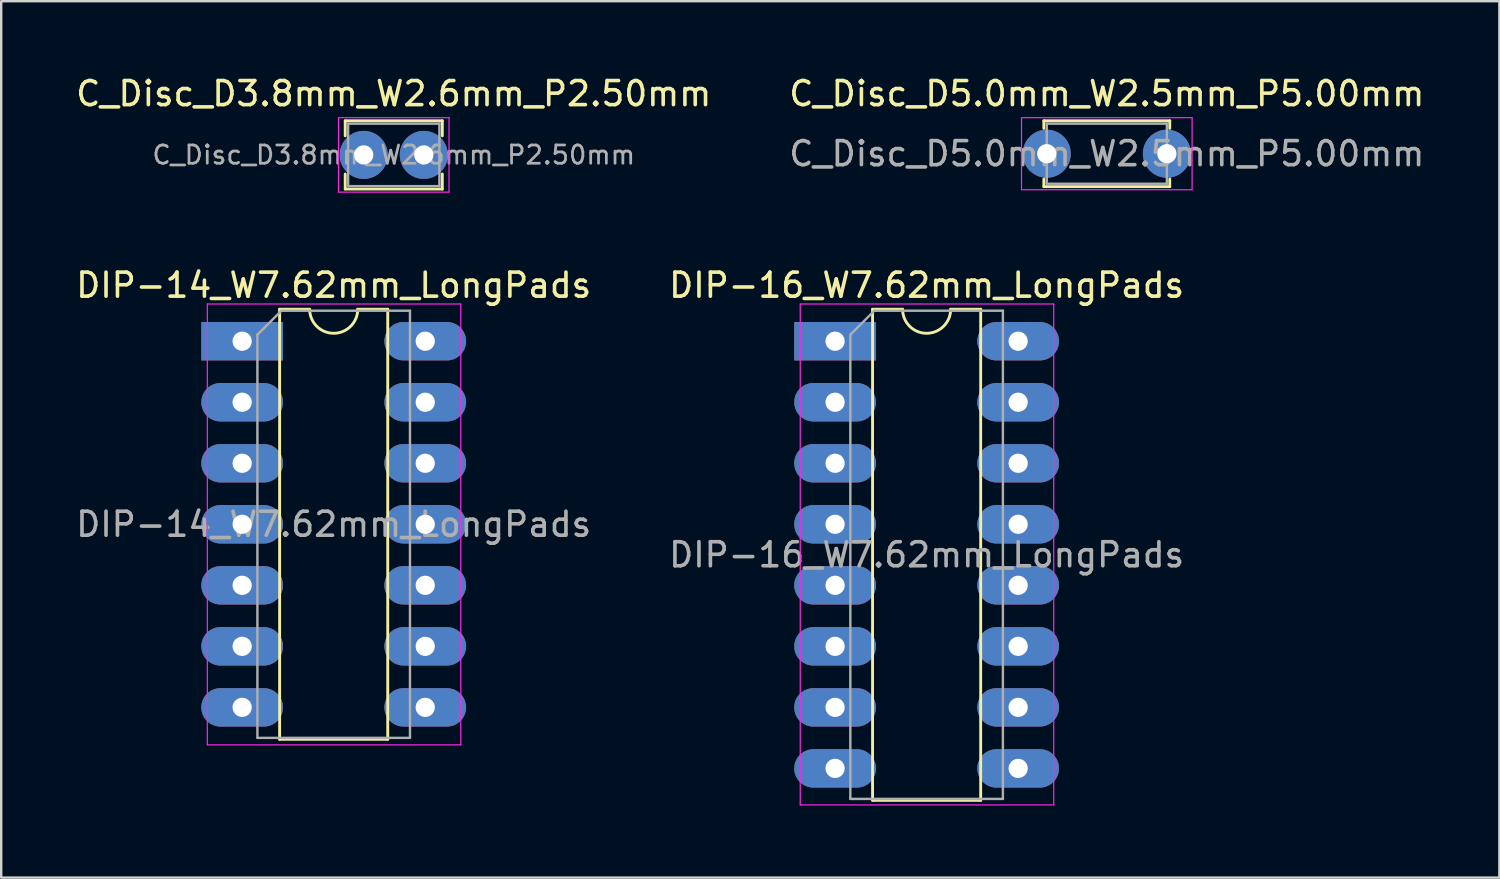
<source format=kicad_pcb>
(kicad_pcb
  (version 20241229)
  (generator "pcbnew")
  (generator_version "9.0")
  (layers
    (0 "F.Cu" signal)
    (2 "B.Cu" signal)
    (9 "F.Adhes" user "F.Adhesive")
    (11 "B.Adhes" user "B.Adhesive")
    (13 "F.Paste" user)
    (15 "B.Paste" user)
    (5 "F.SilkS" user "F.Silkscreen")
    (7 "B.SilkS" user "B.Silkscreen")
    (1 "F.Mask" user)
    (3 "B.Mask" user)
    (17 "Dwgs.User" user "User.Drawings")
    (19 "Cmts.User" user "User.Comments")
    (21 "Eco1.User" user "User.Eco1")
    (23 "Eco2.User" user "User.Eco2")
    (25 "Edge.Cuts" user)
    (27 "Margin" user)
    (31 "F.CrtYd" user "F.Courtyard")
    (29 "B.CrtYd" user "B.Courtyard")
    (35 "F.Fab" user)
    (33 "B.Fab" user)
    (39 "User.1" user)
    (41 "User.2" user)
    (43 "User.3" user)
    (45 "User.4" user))
  (footprint "C_Disc_D5.0mm_W2.5mm_P5.00mm"
    (layer "F.Cu")
    (at 40.518 3.348)
    (property "Reference" "C_Disc_D5.0mm_W2.5mm_P5.00mm" (at 2.5 -2.5 0) (layer "F.SilkS") (effects (font (size 1 1) (thickness 0.15))))
    (attr through_hole)
    (fp_line (start -0.12 -1.37) (end -0.12 -1.055) (stroke (width 0.12) (type solid)) (layer "F.SilkS"))
    (fp_line (start -0.12 -1.37) (end 5.12 -1.37) (stroke (width 0.12) (type solid)) (layer "F.SilkS"))
    (fp_line (start -0.12 1.055) (end -0.12 1.37) (stroke (width 0.12) (type solid)) (layer "F.SilkS"))
    (fp_line (start -0.12 1.37) (end 5.12 1.37) (stroke (width 0.12) (type solid)) (layer "F.SilkS"))
    (fp_line (start 5.12 -1.37) (end 5.12 -1.055) (stroke (width 0.12) (type solid)) (layer "F.SilkS"))
    (fp_line (start 5.12 1.055) (end 5.12 1.37) (stroke (width 0.12) (type solid)) (layer "F.SilkS"))
    (fp_line (start -1.05 -1.5) (end -1.05 1.5) (stroke (width 0.05) (type solid)) (layer "F.CrtYd"))
    (fp_line (start -1.05 1.5) (end 6.05 1.5) (stroke (width 0.05) (type solid)) (layer "F.CrtYd"))
    (fp_line (start 6.05 -1.5) (end -1.05 -1.5) (stroke (width 0.05) (type solid)) (layer "F.CrtYd"))
    (fp_line (start 6.05 1.5) (end 6.05 -1.5) (stroke (width 0.05) (type solid)) (layer "F.CrtYd"))
    (fp_line (start 0 -1.25) (end 0 1.25) (stroke (width 0.1) (type solid)) (layer "F.Fab"))
    (fp_line (start 0 1.25) (end 5 1.25) (stroke (width 0.1) (type solid)) (layer "F.Fab"))
    (fp_line (start 5 -1.25) (end 0 -1.25) (stroke (width 0.1) (type solid)) (layer "F.Fab"))
    (fp_line (start 5 1.25) (end 5 -1.25) (stroke (width 0.1) (type solid)) (layer "F.Fab"))
    (fp_text user "${REFERENCE}" (at 2.5 0 0) (layer "F.Fab") (effects (font (size 1 1) (thickness 0.15))))
    (pad "1" thru_hole circle (at 0 0) (size 2 2) (drill 0.8) (layers "*.Cu" "*.Mask"))
    (pad "2" thru_hole circle (at 5 0) (size 2 2) (drill 0.8) (layers "*.Cu" "*.Mask")))
  (footprint "DIP-16_W7.62mm_LongPads"
    (layer "F.Cu")
    (at 31.708 11.152)
    (property "Reference" "DIP-16_W7.62mm_LongPads" (at 3.81 -2.33 0) (layer "F.SilkS") (effects (font (size 1 1) (thickness 0.15))))
    (attr through_hole)
    (fp_line (start 1.56 -1.33) (end 1.56 19.11) (stroke (width 0.12) (type solid)) (layer "F.SilkS"))
    (fp_line (start 1.56 19.11) (end 6.06 19.11) (stroke (width 0.12) (type solid)) (layer "F.SilkS"))
    (fp_line (start 2.81 -1.33) (end 1.56 -1.33) (stroke (width 0.12) (type solid)) (layer "F.SilkS"))
    (fp_line (start 6.06 -1.33) (end 4.81 -1.33) (stroke (width 0.12) (type solid)) (layer "F.SilkS"))
    (fp_line (start 6.06 19.11) (end 6.06 -1.33) (stroke (width 0.12) (type solid)) (layer "F.SilkS"))
    (fp_arc (start 4.81 -1.33) (mid 3.81 -0.33) (end 2.81 -1.33) (stroke (width 0.12) (type solid)) (layer "F.SilkS"))
    (fp_line (start -1.45 -1.55) (end -1.45 19.3) (stroke (width 0.05) (type solid)) (layer "F.CrtYd"))
    (fp_line (start -1.45 19.3) (end 9.1 19.3) (stroke (width 0.05) (type solid)) (layer "F.CrtYd"))
    (fp_line (start 9.1 -1.55) (end -1.45 -1.55) (stroke (width 0.05) (type solid)) (layer "F.CrtYd"))
    (fp_line (start 9.1 19.3) (end 9.1 -1.55) (stroke (width 0.05) (type solid)) (layer "F.CrtYd"))
    (fp_line (start 0.635 -0.27) (end 1.635 -1.27) (stroke (width 0.1) (type solid)) (layer "F.Fab"))
    (fp_line (start 0.635 19.05) (end 0.635 -0.27) (stroke (width 0.1) (type solid)) (layer "F.Fab"))
    (fp_line (start 1.635 -1.27) (end 6.985 -1.27) (stroke (width 0.1) (type solid)) (layer "F.Fab"))
    (fp_line (start 6.985 -1.27) (end 6.985 19.05) (stroke (width 0.1) (type solid)) (layer "F.Fab"))
    (fp_line (start 6.985 19.05) (end 0.635 19.05) (stroke (width 0.1) (type solid)) (layer "F.Fab"))
    (fp_text user "${REFERENCE}" (at 3.81 8.89 0) (layer "F.Fab") (effects (font (size 1 1) (thickness 0.15))))
    (pad "1" thru_hole rect (at 0 0) (size 3.4 1.6) (drill 0.8) (layers "*.Cu" "*.Mask"))
    (pad "2" thru_hole oval (at 0 2.54) (size 3.4 1.6) (drill 0.8) (layers "*.Cu" "*.Mask"))
    (pad "3" thru_hole oval (at 0 5.08) (size 3.4 1.6) (drill 0.8) (layers "*.Cu" "*.Mask"))
    (pad "4" thru_hole oval (at 0 7.62) (size 3.4 1.6) (drill 0.8) (layers "*.Cu" "*.Mask"))
    (pad "5" thru_hole oval (at 0 10.16) (size 3.4 1.6) (drill 0.8) (layers "*.Cu" "*.Mask"))
    (pad "6" thru_hole oval (at 0 12.7) (size 3.4 1.6) (drill 0.8) (layers "*.Cu" "*.Mask"))
    (pad "7" thru_hole oval (at 0 15.24) (size 3.4 1.6) (drill 0.8) (layers "*.Cu" "*.Mask"))
    (pad "8" thru_hole oval (at 0 17.78) (size 3.4 1.6) (drill 0.8) (layers "*.Cu" "*.Mask"))
    (pad "9" thru_hole oval (at 7.62 17.78) (size 3.4 1.6) (drill 0.8) (layers "*.Cu" "*.Mask"))
    (pad "10" thru_hole oval (at 7.62 15.24) (size 3.4 1.6) (drill 0.8) (layers "*.Cu" "*.Mask"))
    (pad "11" thru_hole oval (at 7.62 12.7) (size 3.4 1.6) (drill 0.8) (layers "*.Cu" "*.Mask"))
    (pad "12" thru_hole oval (at 7.62 10.16) (size 3.4 1.6) (drill 0.8) (layers "*.Cu" "*.Mask"))
    (pad "13" thru_hole oval (at 7.62 7.62) (size 3.4 1.6) (drill 0.8) (layers "*.Cu" "*.Mask"))
    (pad "14" thru_hole oval (at 7.62 5.08) (size 3.4 1.6) (drill 0.8) (layers "*.Cu" "*.Mask"))
    (pad "15" thru_hole oval (at 7.62 2.54) (size 3.4 1.6) (drill 0.8) (layers "*.Cu" "*.Mask"))
    (pad "16" thru_hole oval (at 7.62 0) (size 3.4 1.6) (drill 0.8) (layers "*.Cu" "*.Mask")))
  (footprint "C_Disc_D3.8mm_W2.6mm_P2.50mm"
    (layer "F.Cu")
    (at 12.089 3.398)
    (property "Reference" "C_Disc_D3.8mm_W2.6mm_P2.50mm" (at 1.25 -2.55 0) (layer "F.SilkS") (effects (font (size 1 1) (thickness 0.15))))
    (attr through_hole)
    (fp_line (start -0.77 -1.42) (end -0.77 -0.795) (stroke (width 0.12) (type solid)) (layer "F.SilkS"))
    (fp_line (start -0.77 -1.42) (end 3.27 -1.42) (stroke (width 0.12) (type solid)) (layer "F.SilkS"))
    (fp_line (start -0.77 0.795) (end -0.77 1.42) (stroke (width 0.12) (type solid)) (layer "F.SilkS"))
    (fp_line (start -0.77 1.42) (end 3.27 1.42) (stroke (width 0.12) (type solid)) (layer "F.SilkS"))
    (fp_line (start 3.27 -1.42) (end 3.27 -0.795) (stroke (width 0.12) (type solid)) (layer "F.SilkS"))
    (fp_line (start 3.27 0.795) (end 3.27 1.42) (stroke (width 0.12) (type solid)) (layer "F.SilkS"))
    (fp_line (start -1.05 -1.55) (end -1.05 1.55) (stroke (width 0.05) (type solid)) (layer "F.CrtYd"))
    (fp_line (start -1.05 1.55) (end 3.55 1.55) (stroke (width 0.05) (type solid)) (layer "F.CrtYd"))
    (fp_line (start 3.55 -1.55) (end -1.05 -1.55) (stroke (width 0.05) (type solid)) (layer "F.CrtYd"))
    (fp_line (start 3.55 1.55) (end 3.55 -1.55) (stroke (width 0.05) (type solid)) (layer "F.CrtYd"))
    (fp_line (start -0.65 -1.3) (end -0.65 1.3) (stroke (width 0.1) (type solid)) (layer "F.Fab"))
    (fp_line (start -0.65 1.3) (end 3.15 1.3) (stroke (width 0.1) (type solid)) (layer "F.Fab"))
    (fp_line (start 3.15 -1.3) (end -0.65 -1.3) (stroke (width 0.1) (type solid)) (layer "F.Fab"))
    (fp_line (start 3.15 1.3) (end 3.15 -1.3) (stroke (width 0.1) (type solid)) (layer "F.Fab"))
    (fp_text user "${REFERENCE}" (at 1.25 0 0) (layer "F.Fab") (effects (font (size 0.76 0.76) (thickness 0.114))))
    (pad "1" thru_hole circle (at 0 0) (size 2 2) (drill 0.8) (layers "*.Cu" "*.Mask"))
    (pad "2" thru_hole circle (at 2.5 0) (size 2 2) (drill 0.8) (layers "*.Cu" "*.Mask")))
  (footprint "DIP-14_W7.62mm_LongPads"
    (layer "F.Cu")
    (at 7.029 11.152)
    (property "Reference" "DIP-14_W7.62mm_LongPads" (at 3.81 -2.33 0) (layer "F.SilkS") (effects (font (size 1 1) (thickness 0.15))))
    (attr through_hole)
    (fp_line (start 1.56 -1.33) (end 1.56 16.57) (stroke (width 0.12) (type solid)) (layer "F.SilkS"))
    (fp_line (start 1.56 16.57) (end 6.06 16.57) (stroke (width 0.12) (type solid)) (layer "F.SilkS"))
    (fp_line (start 2.81 -1.33) (end 1.56 -1.33) (stroke (width 0.12) (type solid)) (layer "F.SilkS"))
    (fp_line (start 6.06 -1.33) (end 4.81 -1.33) (stroke (width 0.12) (type solid)) (layer "F.SilkS"))
    (fp_line (start 6.06 16.57) (end 6.06 -1.33) (stroke (width 0.12) (type solid)) (layer "F.SilkS"))
    (fp_arc (start 4.81 -1.33) (mid 3.81 -0.33) (end 2.81 -1.33) (stroke (width 0.12) (type solid)) (layer "F.SilkS"))
    (fp_line (start -1.45 -1.55) (end -1.45 16.8) (stroke (width 0.05) (type solid)) (layer "F.CrtYd"))
    (fp_line (start -1.45 16.8) (end 9.1 16.8) (stroke (width 0.05) (type solid)) (layer "F.CrtYd"))
    (fp_line (start 9.1 -1.55) (end -1.45 -1.55) (stroke (width 0.05) (type solid)) (layer "F.CrtYd"))
    (fp_line (start 9.1 16.8) (end 9.1 -1.55) (stroke (width 0.05) (type solid)) (layer "F.CrtYd"))
    (fp_line (start 0.635 -0.27) (end 1.635 -1.27) (stroke (width 0.1) (type solid)) (layer "F.Fab"))
    (fp_line (start 0.635 16.51) (end 0.635 -0.27) (stroke (width 0.1) (type solid)) (layer "F.Fab"))
    (fp_line (start 1.635 -1.27) (end 6.985 -1.27) (stroke (width 0.1) (type solid)) (layer "F.Fab"))
    (fp_line (start 6.985 -1.27) (end 6.985 16.51) (stroke (width 0.1) (type solid)) (layer "F.Fab"))
    (fp_line (start 6.985 16.51) (end 0.635 16.51) (stroke (width 0.1) (type solid)) (layer "F.Fab"))
    (fp_text user "${REFERENCE}" (at 3.81 7.62 0) (layer "F.Fab") (effects (font (size 1 1) (thickness 0.15))))
    (pad "1" thru_hole rect (at 0 0) (size 3.4 1.6) (drill 0.8) (layers "*.Cu" "*.Mask"))
    (pad "2" thru_hole oval (at 0 2.54) (size 3.4 1.6) (drill 0.8) (layers "*.Cu" "*.Mask"))
    (pad "3" thru_hole oval (at 0 5.08) (size 3.4 1.6) (drill 0.8) (layers "*.Cu" "*.Mask"))
    (pad "4" thru_hole oval (at 0 7.62) (size 3.4 1.6) (drill 0.8) (layers "*.Cu" "*.Mask"))
    (pad "5" thru_hole oval (at 0 10.16) (size 3.4 1.6) (drill 0.8) (layers "*.Cu" "*.Mask"))
    (pad "6" thru_hole oval (at 0 12.7) (size 3.4 1.6) (drill 0.8) (layers "*.Cu" "*.Mask"))
    (pad "7" thru_hole oval (at 0 15.24) (size 3.4 1.6) (drill 0.8) (layers "*.Cu" "*.Mask"))
    (pad "8" thru_hole oval (at 7.62 15.24) (size 3.4 1.6) (drill 0.8) (layers "*.Cu" "*.Mask"))
    (pad "9" thru_hole oval (at 7.62 12.7) (size 3.4 1.6) (drill 0.8) (layers "*.Cu" "*.Mask"))
    (pad "10" thru_hole oval (at 7.62 10.16) (size 3.4 1.6) (drill 0.8) (layers "*.Cu" "*.Mask"))
    (pad "11" thru_hole oval (at 7.62 7.62) (size 3.4 1.6) (drill 0.8) (layers "*.Cu" "*.Mask"))
    (pad "12" thru_hole oval (at 7.62 5.08) (size 3.4 1.6) (drill 0.8) (layers "*.Cu" "*.Mask"))
    (pad "13" thru_hole oval (at 7.62 2.54) (size 3.4 1.6) (drill 0.8) (layers "*.Cu" "*.Mask"))
    (pad "14" thru_hole oval (at 7.62 0) (size 3.4 1.6) (drill 0.8) (layers "*.Cu" "*.Mask")))
  (gr_rect
    (start -3 -3)
    (end 59.357 33.477)
    (stroke (width 0.1) (type default))
    (fill no)
    (layer "Edge.Cuts")))
</source>
